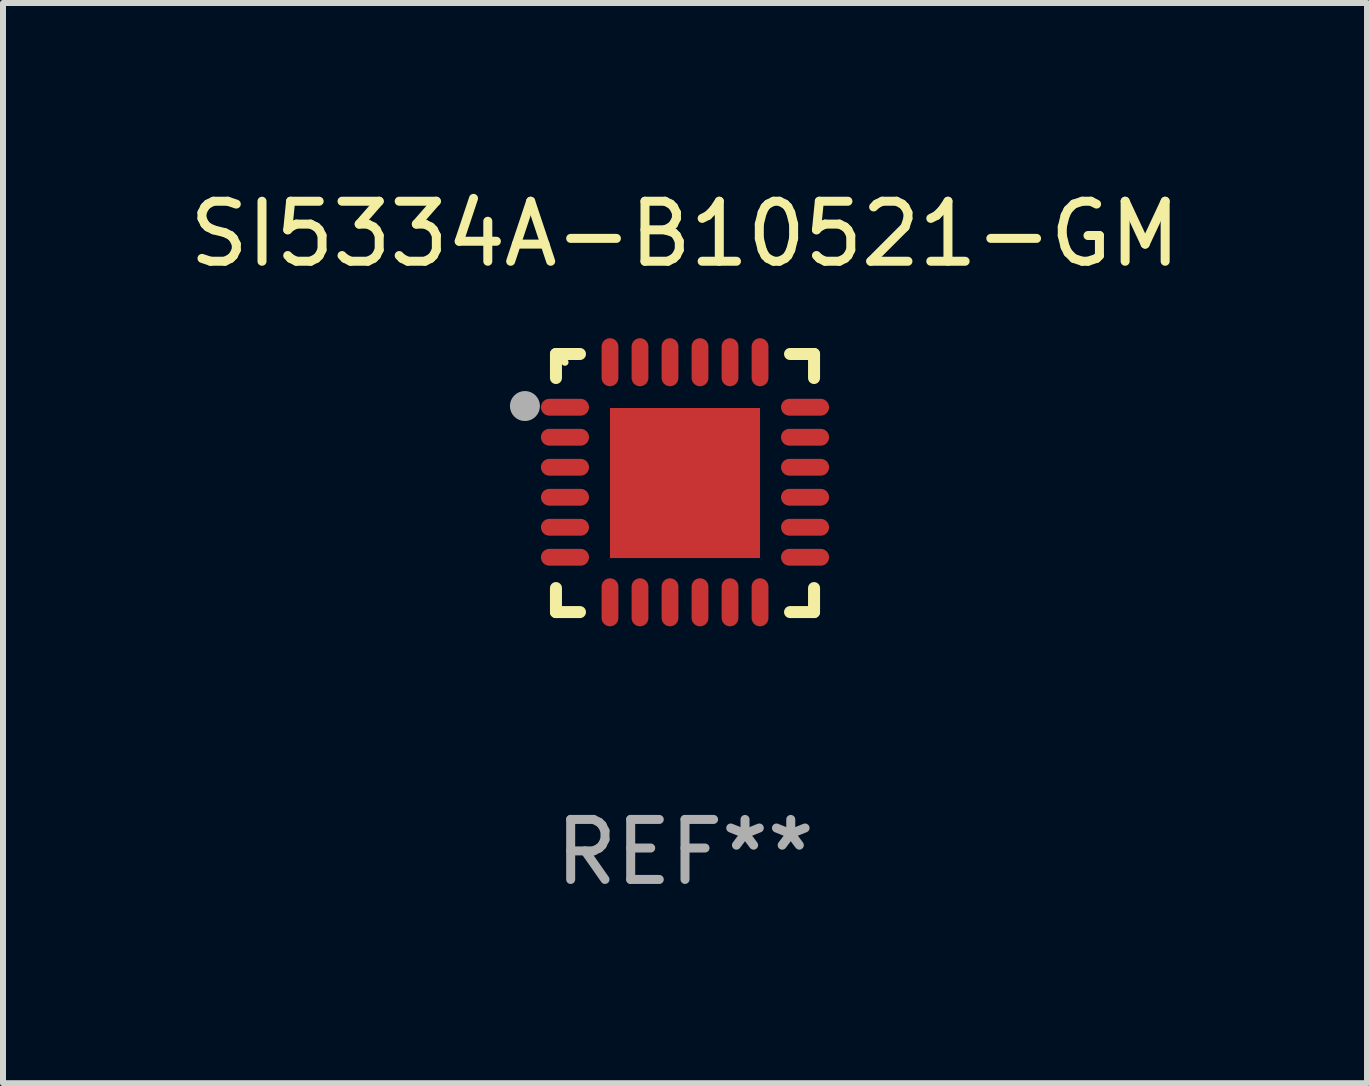
<source format=kicad_pcb>
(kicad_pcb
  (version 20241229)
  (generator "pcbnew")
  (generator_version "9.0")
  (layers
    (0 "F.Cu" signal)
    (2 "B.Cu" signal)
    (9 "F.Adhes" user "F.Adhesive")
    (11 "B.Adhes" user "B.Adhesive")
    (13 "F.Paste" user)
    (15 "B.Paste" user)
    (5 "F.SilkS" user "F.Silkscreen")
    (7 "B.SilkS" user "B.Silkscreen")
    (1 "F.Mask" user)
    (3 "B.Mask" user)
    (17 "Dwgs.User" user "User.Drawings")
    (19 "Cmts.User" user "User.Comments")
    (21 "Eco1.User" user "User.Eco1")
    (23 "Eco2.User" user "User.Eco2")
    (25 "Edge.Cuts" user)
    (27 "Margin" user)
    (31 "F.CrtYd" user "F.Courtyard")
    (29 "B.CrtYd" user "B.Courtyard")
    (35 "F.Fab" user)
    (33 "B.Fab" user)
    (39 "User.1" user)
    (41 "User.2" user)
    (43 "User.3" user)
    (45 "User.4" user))
  (footprint "SI5334A-B10521-GM"
    (layer "F.Cu")
    (at 8.363 4.998)
    (property "Reference" "SI5334A-B10521-GM" (at 0 -4.15 0) (layer "F.SilkS") (effects (font (size 1 1) (thickness 0.15))))
    (attr through_hole)
    (fp_line (start -2.15 -2.15) (end -1.75 -2.15) (stroke (width 0.2) (type solid)) (layer "F.SilkS"))
    (fp_line (start -2.15 -1.75) (end -2.15 -2.15) (stroke (width 0.2) (type solid)) (layer "F.SilkS"))
    (fp_line (start -2.15 2.15) (end -2.15 1.75) (stroke (width 0.2) (type solid)) (layer "F.SilkS"))
    (fp_line (start -1.75 2.15) (end -2.15 2.15) (stroke (width 0.2) (type solid)) (layer "F.SilkS"))
    (fp_line (start 1.75 -2.15) (end 2.15 -2.15) (stroke (width 0.2) (type solid)) (layer "F.SilkS"))
    (fp_line (start 1.75 2.15) (end 2.15 2.15) (stroke (width 0.2) (type solid)) (layer "F.SilkS"))
    (fp_line (start 2.15 -2.15) (end 2.15 -1.75) (stroke (width 0.2) (type solid)) (layer "F.SilkS"))
    (fp_line (start 2.15 2.15) (end 2.15 1.75) (stroke (width 0.2) (type solid)) (layer "F.SilkS"))
    (fp_circle (center -2 -2.013) (end -1.97 -2.013) (stroke (width 0.06) (type solid)) (fill no) (layer "F.SilkS"))
    (fp_circle (center -2.667 -1.283) (end -2.542 -1.283) (stroke (width 0.25) (type solid)) (fill no) (layer "F.Fab"))
    (fp_text user "REF**" (at 0 6.15 0) (layer "F.Fab") (effects (font (size 1 1) (thickness 0.15))))
    (pad "1" smd oval (at -2 -1.263) (size 0.8 0.28) (layers "F.Cu" "F.Mask" "F.Paste"))
    (pad "2" smd oval (at -2 -0.763) (size 0.8 0.28) (layers "F.Cu" "F.Mask" "F.Paste"))
    (pad "3" smd oval (at -2 -0.263) (size 0.8 0.28) (layers "F.Cu" "F.Mask" "F.Paste"))
    (pad "4" smd oval (at -2 0.237) (size 0.8 0.28) (layers "F.Cu" "F.Mask" "F.Paste"))
    (pad "5" smd oval (at -2 0.737) (size 0.8 0.28) (layers "F.Cu" "F.Mask" "F.Paste"))
    (pad "6" smd oval (at -2 1.237) (size 0.8 0.28) (layers "F.Cu" "F.Mask" "F.Paste"))
    (pad "7" smd oval (at -1.25 1.987) (size 0.28 0.8) (layers "F.Cu" "F.Mask" "F.Paste"))
    (pad "8" smd oval (at -0.75 1.987) (size 0.28 0.8) (layers "F.Cu" "F.Mask" "F.Paste"))
    (pad "9" smd oval (at -0.25 1.987) (size 0.28 0.8) (layers "F.Cu" "F.Mask" "F.Paste"))
    (pad "10" smd oval (at 0.25 1.987) (size 0.28 0.8) (layers "F.Cu" "F.Mask" "F.Paste"))
    (pad "11" smd oval (at 0.75 1.987) (size 0.28 0.8) (layers "F.Cu" "F.Mask" "F.Paste"))
    (pad "12" smd oval (at 1.25 1.987) (size 0.28 0.8) (layers "F.Cu" "F.Mask" "F.Paste"))
    (pad "13" smd oval (at 2 1.237) (size 0.8 0.28) (layers "F.Cu" "F.Mask" "F.Paste"))
    (pad "14" smd oval (at 2 0.737) (size 0.8 0.28) (layers "F.Cu" "F.Mask" "F.Paste"))
    (pad "15" smd oval (at 2 0.237) (size 0.8 0.28) (layers "F.Cu" "F.Mask" "F.Paste"))
    (pad "16" smd oval (at 2 -0.263) (size 0.8 0.28) (layers "F.Cu" "F.Mask" "F.Paste"))
    (pad "17" smd oval (at 2 -0.763) (size 0.8 0.28) (layers "F.Cu" "F.Mask" "F.Paste"))
    (pad "18" smd oval (at 2 -1.263) (size 0.8 0.28) (layers "F.Cu" "F.Mask" "F.Paste"))
    (pad "19" smd oval (at 1.25 -2.013) (size 0.28 0.8) (layers "F.Cu" "F.Mask" "F.Paste"))
    (pad "20" smd oval (at 0.75 -2.013) (size 0.28 0.8) (layers "F.Cu" "F.Mask" "F.Paste"))
    (pad "21" smd oval (at 0.25 -2.013) (size 0.28 0.8) (layers "F.Cu" "F.Mask" "F.Paste"))
    (pad "22" smd oval (at -0.25 -2.013) (size 0.28 0.8) (layers "F.Cu" "F.Mask" "F.Paste"))
    (pad "23" smd oval (at -0.75 -2.013) (size 0.28 0.8) (layers "F.Cu" "F.Mask" "F.Paste"))
    (pad "24" smd oval (at -1.25 -2.013) (size 0.28 0.8) (layers "F.Cu" "F.Mask" "F.Paste"))
    (pad "25" smd rect (at -0.000127 -0.00014) (size 2.5 2.5) (layers "F.Cu" "F.Mask" "F.Paste")))
  (gr_rect
    (start -3 -3)
    (end 19.726 14.997)
    (stroke (width 0.1) (type default))
    (fill no)
    (layer "Edge.Cuts")))
</source>
